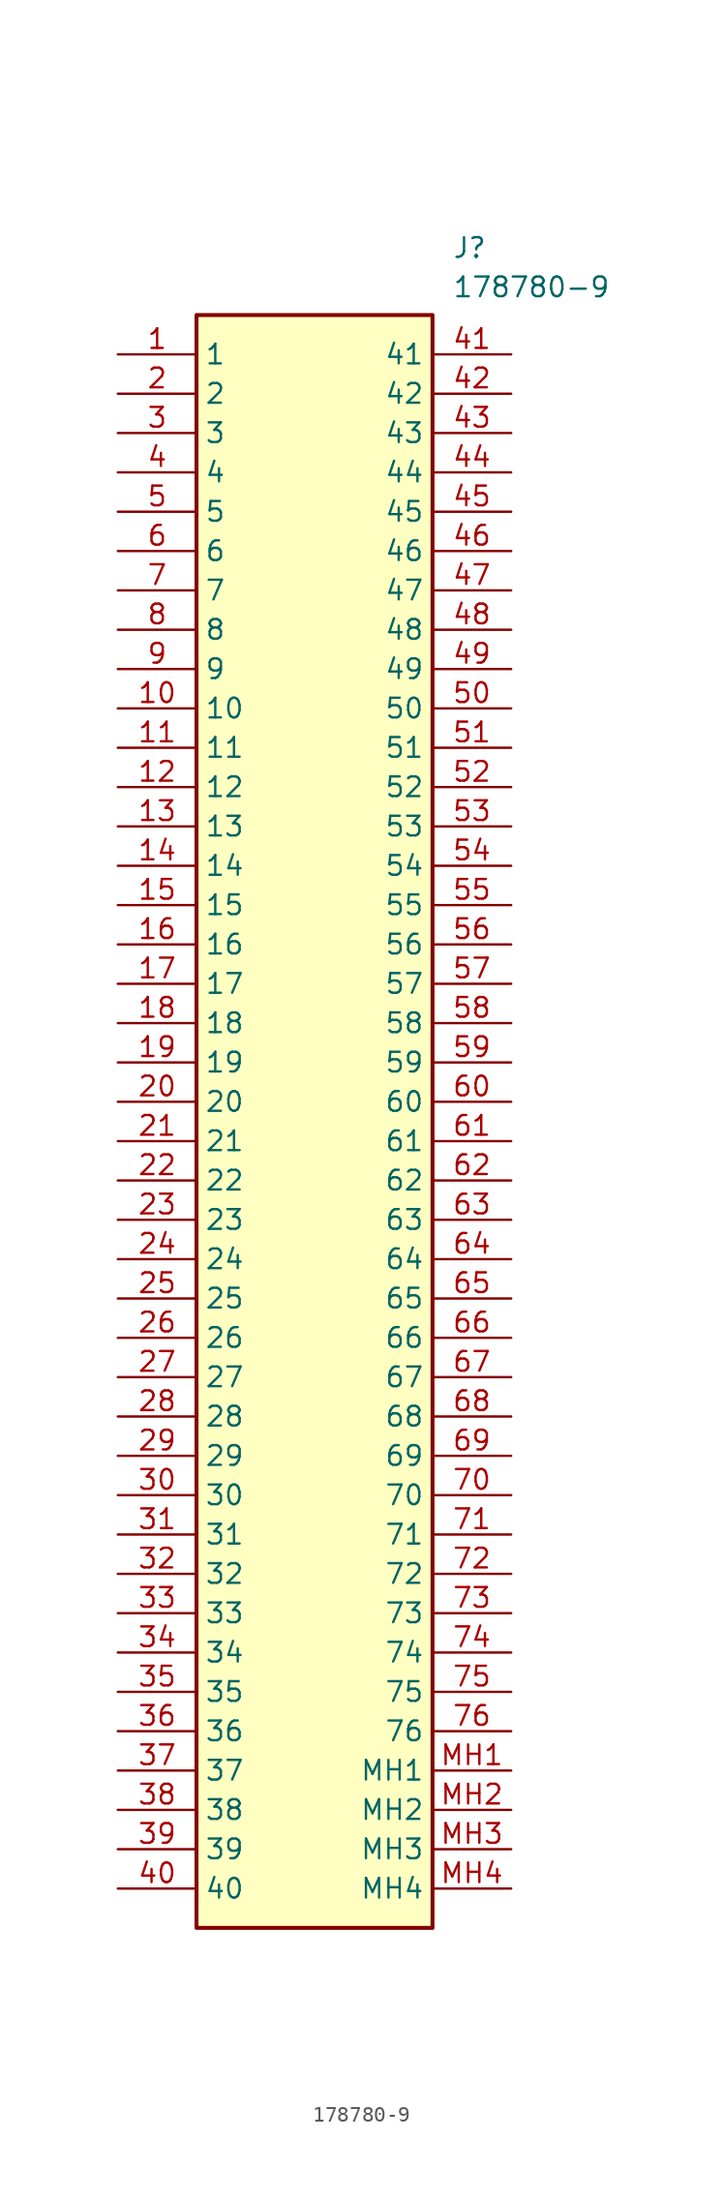
<source format=kicad_sym>
(kicad_symbol_lib
  (version 20211014)
  (generator SamacSys_ECAD_Model)
  (symbol "178780-9"
    (property "Reference" "J"
      (at 21.59 7.62 0)
      (effects (font (size 1.27 1.27)) (justify left top)))
    (property "Value" "178780-9"
      (at 21.59 5.08 0)
      (effects (font (size 1.27 1.27)) (justify left top)))
    (rectangle
      (start 5.08 2.54)
      (end 20.32 -101.6)
      (stroke (width 0.254) (type default))
      (fill (type background)))
    (pin passive line
      (at 0 0 0)
      (length 5.08)
      (name "1" (effects (font (size 1.27 1.27))))
      (number "1" (effects (font (size 1.27 1.27)))))
    (pin passive line
      (at 0 -2.54 0)
      (length 5.08)
      (name "2" (effects (font (size 1.27 1.27))))
      (number "2" (effects (font (size 1.27 1.27)))))
    (pin passive line
      (at 0 -5.08 0)
      (length 5.08)
      (name "3" (effects (font (size 1.27 1.27))))
      (number "3" (effects (font (size 1.27 1.27)))))
    (pin passive line
      (at 0 -7.62 0)
      (length 5.08)
      (name "4" (effects (font (size 1.27 1.27))))
      (number "4" (effects (font (size 1.27 1.27)))))
    (pin passive line
      (at 0 -10.16 0)
      (length 5.08)
      (name "5" (effects (font (size 1.27 1.27))))
      (number "5" (effects (font (size 1.27 1.27)))))
    (pin passive line
      (at 0 -12.7 0)
      (length 5.08)
      (name "6" (effects (font (size 1.27 1.27))))
      (number "6" (effects (font (size 1.27 1.27)))))
    (pin passive line
      (at 0 -15.24 0)
      (length 5.08)
      (name "7" (effects (font (size 1.27 1.27))))
      (number "7" (effects (font (size 1.27 1.27)))))
    (pin passive line
      (at 0 -17.78 0)
      (length 5.08)
      (name "8" (effects (font (size 1.27 1.27))))
      (number "8" (effects (font (size 1.27 1.27)))))
    (pin passive line
      (at 0 -20.32 0)
      (length 5.08)
      (name "9" (effects (font (size 1.27 1.27))))
      (number "9" (effects (font (size 1.27 1.27)))))
    (pin passive line
      (at 0 -22.86 0)
      (length 5.08)
      (name "10" (effects (font (size 1.27 1.27))))
      (number "10" (effects (font (size 1.27 1.27)))))
    (pin passive line
      (at 0 -25.4 0)
      (length 5.08)
      (name "11" (effects (font (size 1.27 1.27))))
      (number "11" (effects (font (size 1.27 1.27)))))
    (pin passive line
      (at 0 -27.94 0)
      (length 5.08)
      (name "12" (effects (font (size 1.27 1.27))))
      (number "12" (effects (font (size 1.27 1.27)))))
    (pin passive line
      (at 0 -30.48 0)
      (length 5.08)
      (name "13" (effects (font (size 1.27 1.27))))
      (number "13" (effects (font (size 1.27 1.27)))))
    (pin passive line
      (at 0 -33.02 0)
      (length 5.08)
      (name "14" (effects (font (size 1.27 1.27))))
      (number "14" (effects (font (size 1.27 1.27)))))
    (pin passive line
      (at 0 -35.56 0)
      (length 5.08)
      (name "15" (effects (font (size 1.27 1.27))))
      (number "15" (effects (font (size 1.27 1.27)))))
    (pin passive line
      (at 0 -38.1 0)
      (length 5.08)
      (name "16" (effects (font (size 1.27 1.27))))
      (number "16" (effects (font (size 1.27 1.27)))))
    (pin passive line
      (at 0 -40.64 0)
      (length 5.08)
      (name "17" (effects (font (size 1.27 1.27))))
      (number "17" (effects (font (size 1.27 1.27)))))
    (pin passive line
      (at 0 -43.18 0)
      (length 5.08)
      (name "18" (effects (font (size 1.27 1.27))))
      (number "18" (effects (font (size 1.27 1.27)))))
    (pin passive line
      (at 0 -45.72 0)
      (length 5.08)
      (name "19" (effects (font (size 1.27 1.27))))
      (number "19" (effects (font (size 1.27 1.27)))))
    (pin passive line
      (at 0 -48.26 0)
      (length 5.08)
      (name "20" (effects (font (size 1.27 1.27))))
      (number "20" (effects (font (size 1.27 1.27)))))
    (pin passive line
      (at 0 -50.8 0)
      (length 5.08)
      (name "21" (effects (font (size 1.27 1.27))))
      (number "21" (effects (font (size 1.27 1.27)))))
    (pin passive line
      (at 0 -53.34 0)
      (length 5.08)
      (name "22" (effects (font (size 1.27 1.27))))
      (number "22" (effects (font (size 1.27 1.27)))))
    (pin passive line
      (at 0 -55.88 0)
      (length 5.08)
      (name "23" (effects (font (size 1.27 1.27))))
      (number "23" (effects (font (size 1.27 1.27)))))
    (pin passive line
      (at 0 -58.42 0)
      (length 5.08)
      (name "24" (effects (font (size 1.27 1.27))))
      (number "24" (effects (font (size 1.27 1.27)))))
    (pin passive line
      (at 0 -60.96 0)
      (length 5.08)
      (name "25" (effects (font (size 1.27 1.27))))
      (number "25" (effects (font (size 1.27 1.27)))))
    (pin passive line
      (at 0 -63.5 0)
      (length 5.08)
      (name "26" (effects (font (size 1.27 1.27))))
      (number "26" (effects (font (size 1.27 1.27)))))
    (pin passive line
      (at 0 -66.04 0)
      (length 5.08)
      (name "27" (effects (font (size 1.27 1.27))))
      (number "27" (effects (font (size 1.27 1.27)))))
    (pin passive line
      (at 0 -68.58 0)
      (length 5.08)
      (name "28" (effects (font (size 1.27 1.27))))
      (number "28" (effects (font (size 1.27 1.27)))))
    (pin passive line
      (at 0 -71.12 0)
      (length 5.08)
      (name "29" (effects (font (size 1.27 1.27))))
      (number "29" (effects (font (size 1.27 1.27)))))
    (pin passive line
      (at 0 -73.66 0)
      (length 5.08)
      (name "30" (effects (font (size 1.27 1.27))))
      (number "30" (effects (font (size 1.27 1.27)))))
    (pin passive line
      (at 0 -76.2 0)
      (length 5.08)
      (name "31" (effects (font (size 1.27 1.27))))
      (number "31" (effects (font (size 1.27 1.27)))))
    (pin passive line
      (at 0 -78.74 0)
      (length 5.08)
      (name "32" (effects (font (size 1.27 1.27))))
      (number "32" (effects (font (size 1.27 1.27)))))
    (pin passive line
      (at 0 -81.28 0)
      (length 5.08)
      (name "33" (effects (font (size 1.27 1.27))))
      (number "33" (effects (font (size 1.27 1.27)))))
    (pin passive line
      (at 0 -83.82 0)
      (length 5.08)
      (name "34" (effects (font (size 1.27 1.27))))
      (number "34" (effects (font (size 1.27 1.27)))))
    (pin passive line
      (at 0 -86.36 0)
      (length 5.08)
      (name "35" (effects (font (size 1.27 1.27))))
      (number "35" (effects (font (size 1.27 1.27)))))
    (pin passive line
      (at 0 -88.9 0)
      (length 5.08)
      (name "36" (effects (font (size 1.27 1.27))))
      (number "36" (effects (font (size 1.27 1.27)))))
    (pin passive line
      (at 0 -91.44 0)
      (length 5.08)
      (name "37" (effects (font (size 1.27 1.27))))
      (number "37" (effects (font (size 1.27 1.27)))))
    (pin passive line
      (at 0 -93.98 0)
      (length 5.08)
      (name "38" (effects (font (size 1.27 1.27))))
      (number "38" (effects (font (size 1.27 1.27)))))
    (pin passive line
      (at 0 -96.52 0)
      (length 5.08)
      (name "39" (effects (font (size 1.27 1.27))))
      (number "39" (effects (font (size 1.27 1.27)))))
    (pin passive line
      (at 0 -99.06 0)
      (length 5.08)
      (name "40" (effects (font (size 1.27 1.27))))
      (number "40" (effects (font (size 1.27 1.27)))))
    (pin passive line
      (at 25.4 0 180)
      (length 5.08)
      (name "41" (effects (font (size 1.27 1.27))))
      (number "41" (effects (font (size 1.27 1.27)))))
    (pin passive line
      (at 25.4 -2.54 180)
      (length 5.08)
      (name "42" (effects (font (size 1.27 1.27))))
      (number "42" (effects (font (size 1.27 1.27)))))
    (pin passive line
      (at 25.4 -5.08 180)
      (length 5.08)
      (name "43" (effects (font (size 1.27 1.27))))
      (number "43" (effects (font (size 1.27 1.27)))))
    (pin passive line
      (at 25.4 -7.62 180)
      (length 5.08)
      (name "44" (effects (font (size 1.27 1.27))))
      (number "44" (effects (font (size 1.27 1.27)))))
    (pin passive line
      (at 25.4 -10.16 180)
      (length 5.08)
      (name "45" (effects (font (size 1.27 1.27))))
      (number "45" (effects (font (size 1.27 1.27)))))
    (pin passive line
      (at 25.4 -12.7 180)
      (length 5.08)
      (name "46" (effects (font (size 1.27 1.27))))
      (number "46" (effects (font (size 1.27 1.27)))))
    (pin passive line
      (at 25.4 -15.24 180)
      (length 5.08)
      (name "47" (effects (font (size 1.27 1.27))))
      (number "47" (effects (font (size 1.27 1.27)))))
    (pin passive line
      (at 25.4 -17.78 180)
      (length 5.08)
      (name "48" (effects (font (size 1.27 1.27))))
      (number "48" (effects (font (size 1.27 1.27)))))
    (pin passive line
      (at 25.4 -20.32 180)
      (length 5.08)
      (name "49" (effects (font (size 1.27 1.27))))
      (number "49" (effects (font (size 1.27 1.27)))))
    (pin passive line
      (at 25.4 -22.86 180)
      (length 5.08)
      (name "50" (effects (font (size 1.27 1.27))))
      (number "50" (effects (font (size 1.27 1.27)))))
    (pin passive line
      (at 25.4 -25.4 180)
      (length 5.08)
      (name "51" (effects (font (size 1.27 1.27))))
      (number "51" (effects (font (size 1.27 1.27)))))
    (pin passive line
      (at 25.4 -27.94 180)
      (length 5.08)
      (name "52" (effects (font (size 1.27 1.27))))
      (number "52" (effects (font (size 1.27 1.27)))))
    (pin passive line
      (at 25.4 -30.48 180)
      (length 5.08)
      (name "53" (effects (font (size 1.27 1.27))))
      (number "53" (effects (font (size 1.27 1.27)))))
    (pin passive line
      (at 25.4 -33.02 180)
      (length 5.08)
      (name "54" (effects (font (size 1.27 1.27))))
      (number "54" (effects (font (size 1.27 1.27)))))
    (pin passive line
      (at 25.4 -35.56 180)
      (length 5.08)
      (name "55" (effects (font (size 1.27 1.27))))
      (number "55" (effects (font (size 1.27 1.27)))))
    (pin passive line
      (at 25.4 -38.1 180)
      (length 5.08)
      (name "56" (effects (font (size 1.27 1.27))))
      (number "56" (effects (font (size 1.27 1.27)))))
    (pin passive line
      (at 25.4 -40.64 180)
      (length 5.08)
      (name "57" (effects (font (size 1.27 1.27))))
      (number "57" (effects (font (size 1.27 1.27)))))
    (pin passive line
      (at 25.4 -43.18 180)
      (length 5.08)
      (name "58" (effects (font (size 1.27 1.27))))
      (number "58" (effects (font (size 1.27 1.27)))))
    (pin passive line
      (at 25.4 -45.72 180)
      (length 5.08)
      (name "59" (effects (font (size 1.27 1.27))))
      (number "59" (effects (font (size 1.27 1.27)))))
    (pin passive line
      (at 25.4 -48.26 180)
      (length 5.08)
      (name "60" (effects (font (size 1.27 1.27))))
      (number "60" (effects (font (size 1.27 1.27)))))
    (pin passive line
      (at 25.4 -50.8 180)
      (length 5.08)
      (name "61" (effects (font (size 1.27 1.27))))
      (number "61" (effects (font (size 1.27 1.27)))))
    (pin passive line
      (at 25.4 -53.34 180)
      (length 5.08)
      (name "62" (effects (font (size 1.27 1.27))))
      (number "62" (effects (font (size 1.27 1.27)))))
    (pin passive line
      (at 25.4 -55.88 180)
      (length 5.08)
      (name "63" (effects (font (size 1.27 1.27))))
      (number "63" (effects (font (size 1.27 1.27)))))
    (pin passive line
      (at 25.4 -58.42 180)
      (length 5.08)
      (name "64" (effects (font (size 1.27 1.27))))
      (number "64" (effects (font (size 1.27 1.27)))))
    (pin passive line
      (at 25.4 -60.96 180)
      (length 5.08)
      (name "65" (effects (font (size 1.27 1.27))))
      (number "65" (effects (font (size 1.27 1.27)))))
    (pin passive line
      (at 25.4 -63.5 180)
      (length 5.08)
      (name "66" (effects (font (size 1.27 1.27))))
      (number "66" (effects (font (size 1.27 1.27)))))
    (pin passive line
      (at 25.4 -66.04 180)
      (length 5.08)
      (name "67" (effects (font (size 1.27 1.27))))
      (number "67" (effects (font (size 1.27 1.27)))))
    (pin passive line
      (at 25.4 -68.58 180)
      (length 5.08)
      (name "68" (effects (font (size 1.27 1.27))))
      (number "68" (effects (font (size 1.27 1.27)))))
    (pin passive line
      (at 25.4 -71.12 180)
      (length 5.08)
      (name "69" (effects (font (size 1.27 1.27))))
      (number "69" (effects (font (size 1.27 1.27)))))
    (pin passive line
      (at 25.4 -73.66 180)
      (length 5.08)
      (name "70" (effects (font (size 1.27 1.27))))
      (number "70" (effects (font (size 1.27 1.27)))))
    (pin passive line
      (at 25.4 -76.2 180)
      (length 5.08)
      (name "71" (effects (font (size 1.27 1.27))))
      (number "71" (effects (font (size 1.27 1.27)))))
    (pin passive line
      (at 25.4 -78.74 180)
      (length 5.08)
      (name "72" (effects (font (size 1.27 1.27))))
      (number "72" (effects (font (size 1.27 1.27)))))
    (pin passive line
      (at 25.4 -81.28 180)
      (length 5.08)
      (name "73" (effects (font (size 1.27 1.27))))
      (number "73" (effects (font (size 1.27 1.27)))))
    (pin passive line
      (at 25.4 -83.82 180)
      (length 5.08)
      (name "74" (effects (font (size 1.27 1.27))))
      (number "74" (effects (font (size 1.27 1.27)))))
    (pin passive line
      (at 25.4 -86.36 180)
      (length 5.08)
      (name "75" (effects (font (size 1.27 1.27))))
      (number "75" (effects (font (size 1.27 1.27)))))
    (pin passive line
      (at 25.4 -88.9 180)
      (length 5.08)
      (name "76" (effects (font (size 1.27 1.27))))
      (number "76" (effects (font (size 1.27 1.27)))))
    (pin passive line
      (at 25.4 -91.44 180)
      (length 5.08)
      (name "MH1" (effects (font (size 1.27 1.27))))
      (number "MH1" (effects (font (size 1.27 1.27)))))
    (pin passive line
      (at 25.4 -93.98 180)
      (length 5.08)
      (name "MH2" (effects (font (size 1.27 1.27))))
      (number "MH2" (effects (font (size 1.27 1.27)))))
    (pin passive line
      (at 25.4 -96.52 180)
      (length 5.08)
      (name "MH3" (effects (font (size 1.27 1.27))))
      (number "MH3" (effects (font (size 1.27 1.27)))))
    (pin passive line
      (at 25.4 -99.06 180)
      (length 5.08)
      (name "MH4" (effects (font (size 1.27 1.27))))
      (number "MH4" (effects (font (size 1.27 1.27)))))))
</source>
